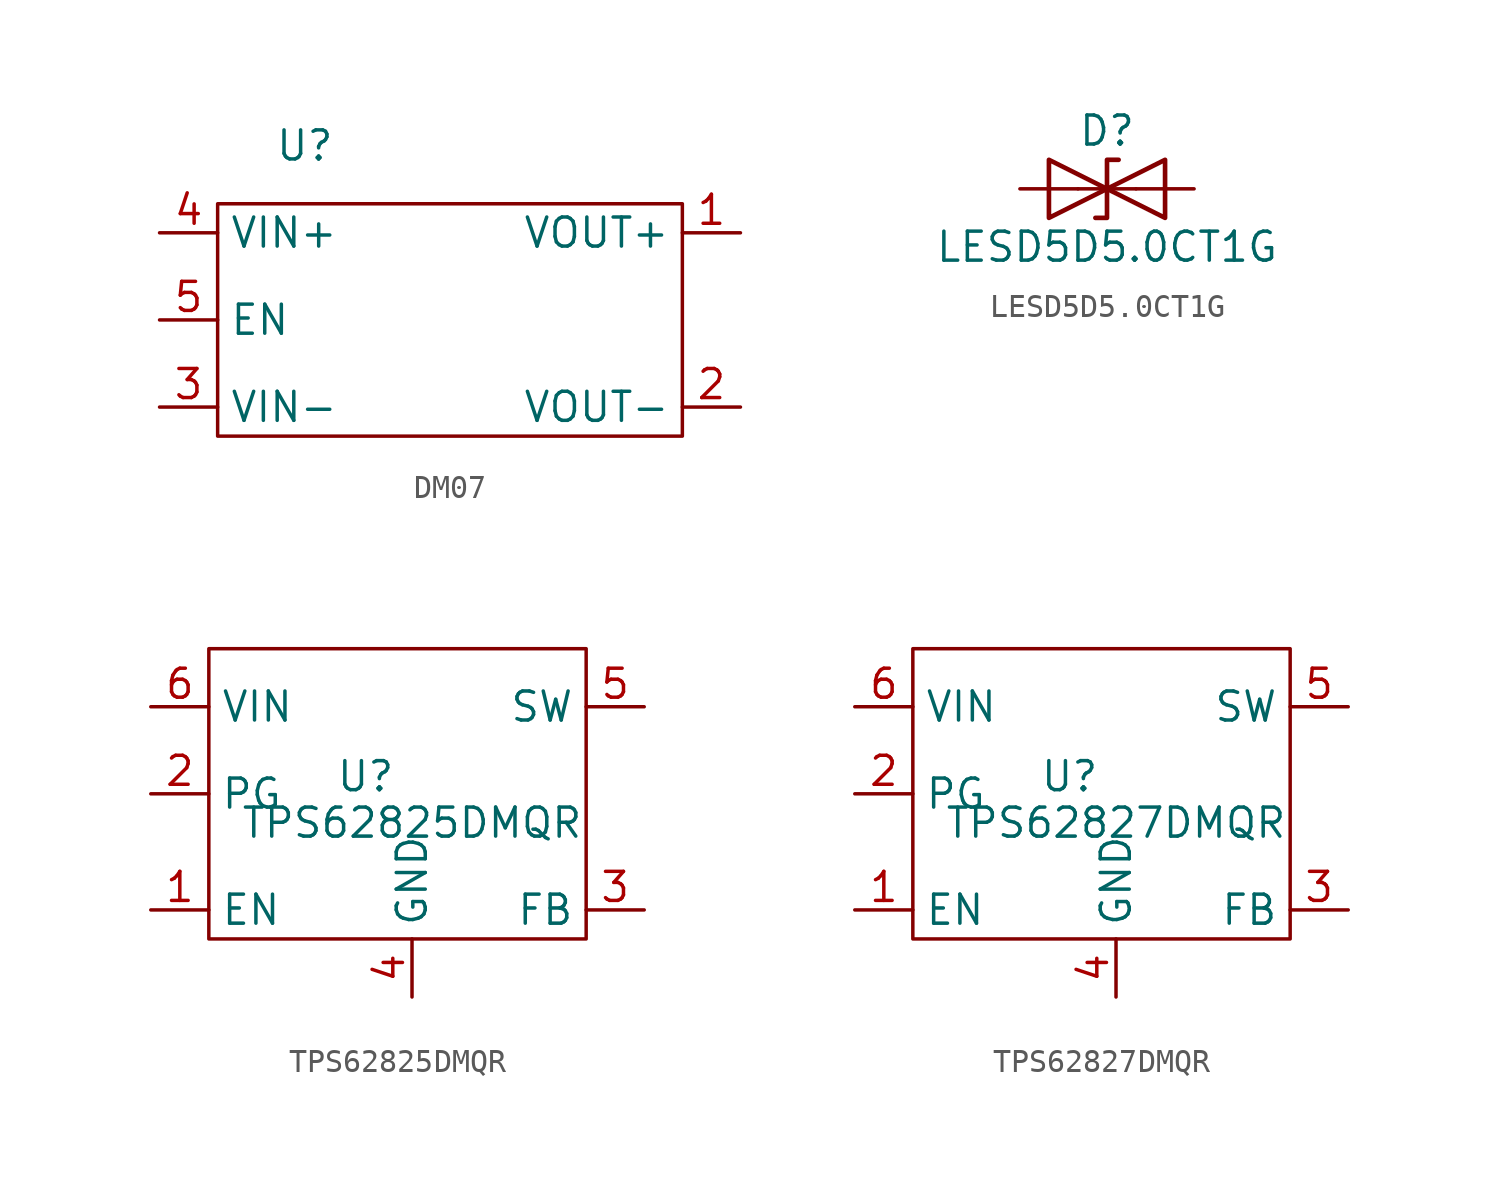
<source format=kicad_sym>
(kicad_symbol_lib
  (version 20231120)
  (generator "kicad_symbol_editor")
  (generator_version "8.0")
  (symbol "DM07"
    (property "Reference" "U"
      (at 0 0 0)
      (effects (font (size 1.27 1.27))))
    (property "Value" ""
      (at 0 0 0)
      (effects (font (size 1.27 1.27))))
    (symbol "DM07_0_1"
      (rectangle (start -3.81 -2.54) (end 16.51 -12.7) (stroke (width 0) (type default)) (fill (type none))))
    (symbol "DM07_1_1"
      (pin output line (at 19.05 -3.81 180) (length 2.54) (name "VOUT+" (effects (font (size 1.27 1.27)))) (number "1" (effects (font (size 1.27 1.27)))))
      (pin output line (at 19.05 -11.43 180) (length 2.54) (name "VOUT-" (effects (font (size 1.27 1.27)))) (number "2" (effects (font (size 1.27 1.27)))))
      (pin input line (at -6.35 -11.43 0) (length 2.54) (name "VIN-" (effects (font (size 1.27 1.27)))) (number "3" (effects (font (size 1.27 1.27)))))
      (pin input line (at -6.35 -3.81 0) (length 2.54) (name "VIN+" (effects (font (size 1.27 1.27)))) (number "4" (effects (font (size 1.27 1.27)))))
      (pin input line (at -6.35 -7.62 0) (length 2.54) (name "EN" (effects (font (size 1.27 1.27)))) (number "5" (effects (font (size 1.27 1.27)))))))
  (symbol "LESD5D5.0CT1G"
    (pin_numbers hide)
    (pin_names
      (offset 1.016) hide)
    (property "Reference" "D"
      (at 0 2.54 0)
      (effects (font (size 1.27 1.27))))
    (property "Value" "LESD5D5.0CT1G"
      (at 0 -2.54 0)
      (effects (font (size 1.27 1.27))))
    (symbol "LESD5D5.0CT1G_0_1"
      (polyline (pts (xy 1.27 0) (xy -1.27 0)) (stroke (width 0) (type default)) (fill (type none)))
      (polyline (pts (xy -2.54 -1.27) (xy 0 0) (xy -2.54 1.27) (xy -2.54 -1.27)) (stroke (width 0.203) (type default)) (fill (type none)))
      (polyline (pts (xy 0.508 1.27) (xy 0 1.27) (xy 0 -1.27) (xy -0.508 -1.27)) (stroke (width 0.203) (type default)) (fill (type none)))
      (polyline (pts (xy 2.54 1.27) (xy 2.54 -1.27) (xy 0 0) (xy 2.54 1.27)) (stroke (width 0.203) (type default)) (fill (type none))))
    (symbol "LESD5D5.0CT1G_1_1"
      (pin passive line (at -3.81 0 0) (length 2.54) (name "A1" (effects (font (size 1.27 1.27)))) (number "1" (effects (font (size 1.27 1.27)))))
      (pin passive line (at 3.81 0 180) (length 2.54) (name "A2" (effects (font (size 1.27 1.27)))) (number "2" (effects (font (size 1.27 1.27)))))))
  (symbol "TPS62825DMQR"
    (property "Reference" "U"
      (at -2.032 2.032 0)
      (effects (font (size 1.27 1.27))))
    (property "Value" "TPS62825DMQR"
      (at 0 0 0)
      (effects (font (size 1.27 1.27))))
    (symbol "TPS62825DMQR_0_1"
      (rectangle (start -8.89 7.62) (end 7.62 -5.08) (stroke (width 0) (type default)) (fill (type none))))
    (symbol "TPS62825DMQR_1_1"
      (pin input line (at -11.43 -3.81 0) (length 2.54) (name "EN" (effects (font (size 1.27 1.27)))) (number "1" (effects (font (size 1.27 1.27)))))
      (pin output line (at -11.43 1.27 0) (length 2.54) (name "PG" (effects (font (size 1.27 1.27)))) (number "2" (effects (font (size 1.27 1.27)))))
      (pin input line (at 10.16 -3.81 180) (length 2.54) (name "FB" (effects (font (size 1.27 1.27)))) (number "3" (effects (font (size 1.27 1.27)))))
      (pin power_out line (at 0 -7.62 90) (length 2.54) (name "GND" (effects (font (size 1.27 1.27)))) (number "4" (effects (font (size 1.27 1.27)))))
      (pin power_out line (at 10.16 5.08 180) (length 2.54) (name "SW" (effects (font (size 1.27 1.27)))) (number "5" (effects (font (size 1.27 1.27)))))
      (pin power_in line (at -11.43 5.08 0) (length 2.54) (name "VIN" (effects (font (size 1.27 1.27)))) (number "6" (effects (font (size 1.27 1.27)))))))
  (symbol "TPS62827DMQR"
    (property "Reference" "U"
      (at -2.032 2.032 0)
      (effects (font (size 1.27 1.27))))
    (property "Value" "TPS62827DMQR"
      (at 0 0 0)
      (effects (font (size 1.27 1.27))))
    (symbol "TPS62827DMQR_0_1"
      (rectangle (start -8.89 7.62) (end 7.62 -5.08) (stroke (width 0) (type default)) (fill (type none))))
    (symbol "TPS62827DMQR_1_1"
      (pin input line (at -11.43 -3.81 0) (length 2.54) (name "EN" (effects (font (size 1.27 1.27)))) (number "1" (effects (font (size 1.27 1.27)))))
      (pin output line (at -11.43 1.27 0) (length 2.54) (name "PG" (effects (font (size 1.27 1.27)))) (number "2" (effects (font (size 1.27 1.27)))))
      (pin input line (at 10.16 -3.81 180) (length 2.54) (name "FB" (effects (font (size 1.27 1.27)))) (number "3" (effects (font (size 1.27 1.27)))))
      (pin power_out line (at 0 -7.62 90) (length 2.54) (name "GND" (effects (font (size 1.27 1.27)))) (number "4" (effects (font (size 1.27 1.27)))))
      (pin power_out line (at 10.16 5.08 180) (length 2.54) (name "SW" (effects (font (size 1.27 1.27)))) (number "5" (effects (font (size 1.27 1.27)))))
      (pin power_in line (at -11.43 5.08 0) (length 2.54) (name "VIN" (effects (font (size 1.27 1.27)))) (number "6" (effects (font (size 1.27 1.27))))))))
</source>
